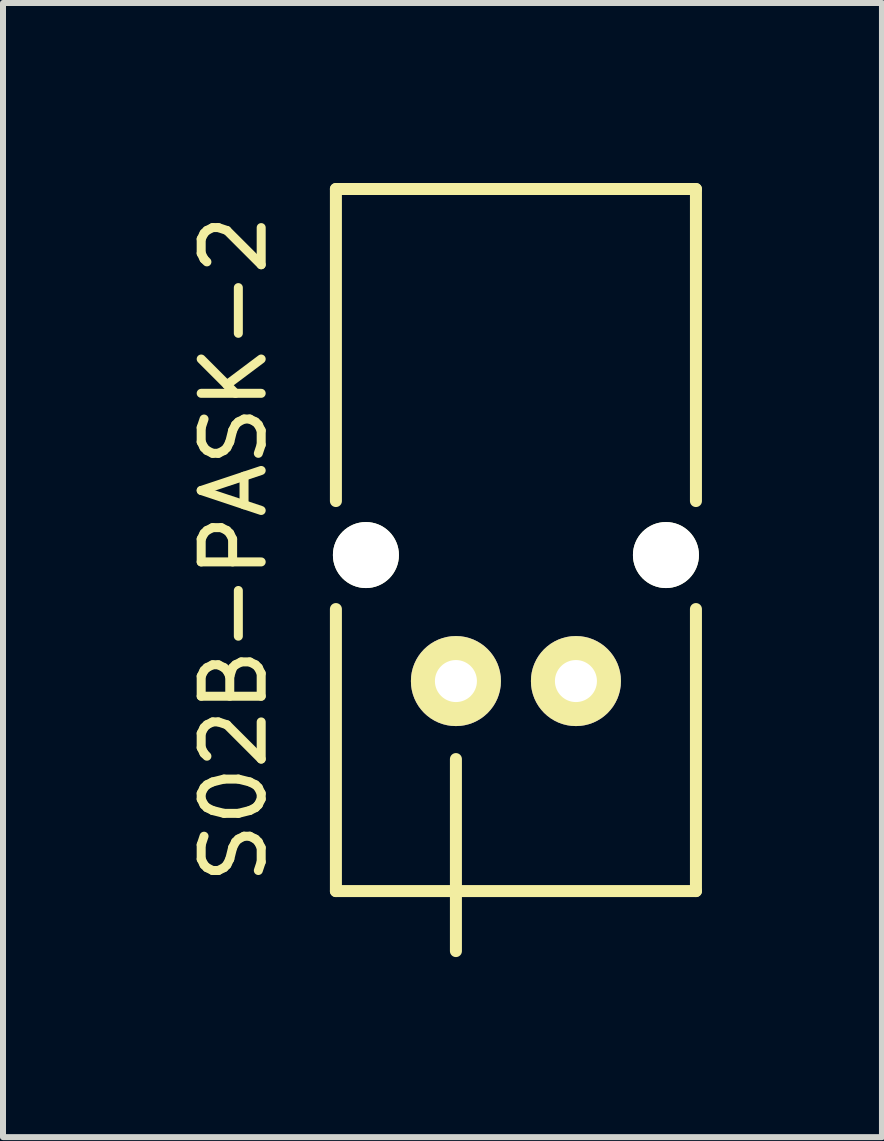
<source format=kicad_pcb>
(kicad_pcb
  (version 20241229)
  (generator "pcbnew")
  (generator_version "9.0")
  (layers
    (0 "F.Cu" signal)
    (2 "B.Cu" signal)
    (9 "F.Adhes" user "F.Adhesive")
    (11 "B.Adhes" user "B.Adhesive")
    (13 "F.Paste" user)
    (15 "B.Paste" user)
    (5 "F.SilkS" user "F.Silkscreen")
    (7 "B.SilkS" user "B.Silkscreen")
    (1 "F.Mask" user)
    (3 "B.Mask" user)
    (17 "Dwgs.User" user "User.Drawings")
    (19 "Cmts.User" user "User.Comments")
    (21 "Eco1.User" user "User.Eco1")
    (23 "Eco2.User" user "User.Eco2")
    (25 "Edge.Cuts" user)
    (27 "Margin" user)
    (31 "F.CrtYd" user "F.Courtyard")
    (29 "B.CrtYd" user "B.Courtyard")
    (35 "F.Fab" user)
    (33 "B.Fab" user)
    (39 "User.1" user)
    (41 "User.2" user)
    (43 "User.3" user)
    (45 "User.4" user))
  (footprint "S02B-PASK-2"
    (layer "F.Cu")
    (at 4.548 8.3)
    (property "Reference" "S02B-PASK-2" (at -3.7 -2.2 90) (layer "F.SilkS") (effects (font (size 1 1) (thickness 0.15))))
    (attr through_hole)
    (fp_line (start -2 -8.2) (end -2 -3) (stroke (width 0.2) (type solid)) (layer "F.SilkS"))
    (fp_line (start -2 -1.2) (end -2 3.5) (stroke (width 0.2) (type solid)) (layer "F.SilkS"))
    (fp_line (start -2 3.5) (end 4 3.5) (stroke (width 0.2) (type solid)) (layer "F.SilkS"))
    (fp_line (start 0 1.3) (end 0 4.5) (stroke (width 0.2) (type solid)) (layer "F.SilkS"))
    (fp_line (start 4 -8.2) (end -2 -8.2) (stroke (width 0.2) (type solid)) (layer "F.SilkS"))
    (fp_line (start 4 -3) (end 4 -8.2) (stroke (width 0.2) (type solid)) (layer "F.SilkS"))
    (fp_line (start 4 3.5) (end 4 -1.2) (stroke (width 0.2) (type solid)) (layer "F.SilkS"))
    (pad "" np_thru_hole circle (at -1.5 -2.1) (size 1.1 1.1) (drill 1.1) (layers "*.Cu" "*.Mask" "F.SilkS"))
    (pad "" np_thru_hole circle (at 3.5 -2.1) (size 1.1 1.1) (drill 1.1) (layers "*.Cu" "*.Mask" "F.SilkS"))
    (pad "1" thru_hole circle (at 0 0) (size 1.5 1.5) (drill 0.7) (layers "*.Cu" "*.Mask" "F.SilkS"))
    (pad "2" thru_hole circle (at 2 0) (size 1.5 1.5) (drill 0.7) (layers "*.Cu" "*.Mask" "F.SilkS")))
  (gr_rect
    (start -3 -3)
    (end 11.648 15.9)
    (stroke (width 0.1) (type default))
    (fill no)
    (layer "Edge.Cuts")))
</source>
